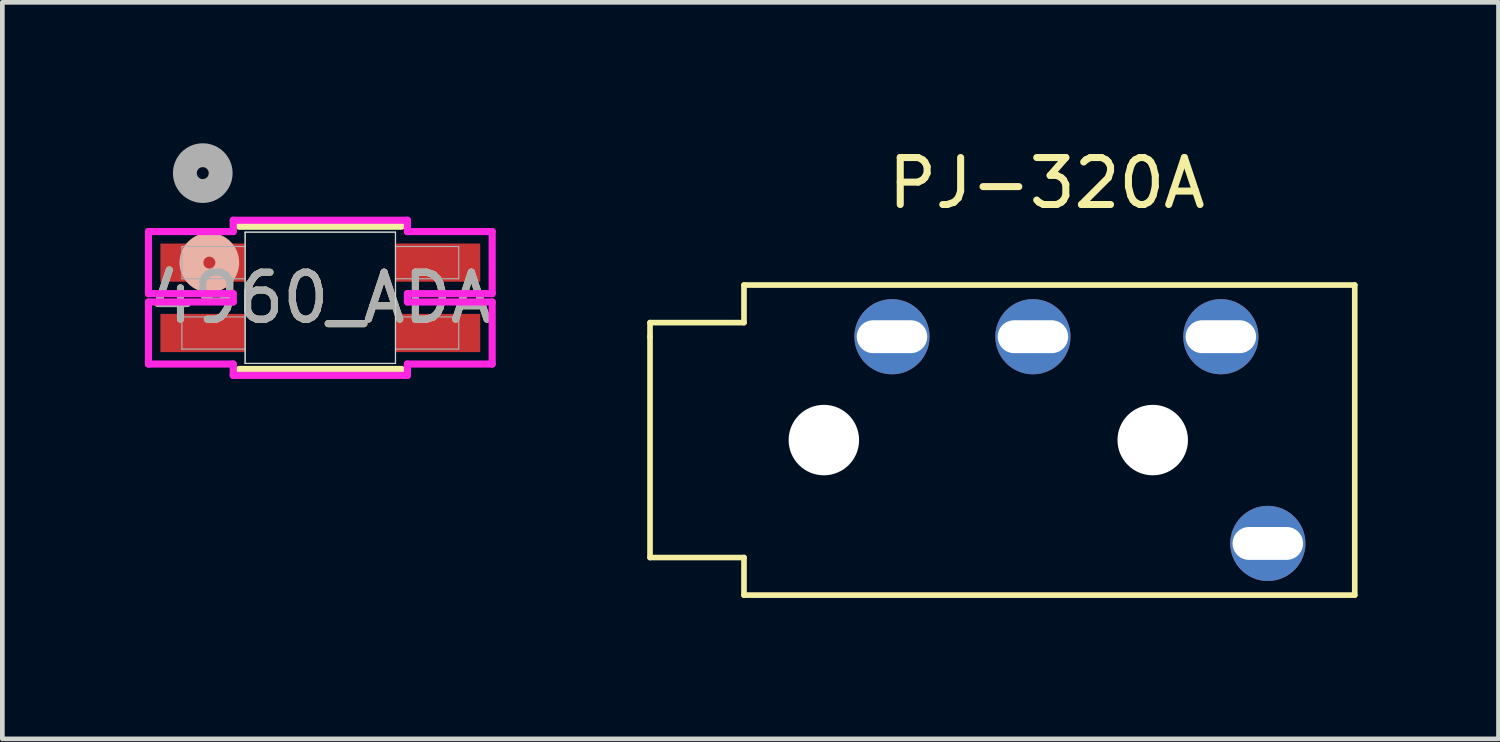
<source format=kicad_pcb>
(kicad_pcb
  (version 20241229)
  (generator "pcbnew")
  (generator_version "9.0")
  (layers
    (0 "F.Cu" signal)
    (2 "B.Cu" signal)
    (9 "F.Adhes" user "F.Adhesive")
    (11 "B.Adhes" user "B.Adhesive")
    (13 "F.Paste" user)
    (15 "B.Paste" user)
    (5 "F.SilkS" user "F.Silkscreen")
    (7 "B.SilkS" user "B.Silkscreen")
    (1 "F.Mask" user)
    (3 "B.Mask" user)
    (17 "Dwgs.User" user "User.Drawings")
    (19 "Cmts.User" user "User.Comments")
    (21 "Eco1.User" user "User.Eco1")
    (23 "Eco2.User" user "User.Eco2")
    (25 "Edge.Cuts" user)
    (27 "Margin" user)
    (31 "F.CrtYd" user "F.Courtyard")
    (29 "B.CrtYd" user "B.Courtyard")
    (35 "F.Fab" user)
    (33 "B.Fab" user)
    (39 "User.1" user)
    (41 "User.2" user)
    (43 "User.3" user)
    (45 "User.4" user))
  (footprint "PJ-320A"
    (layer "F.Cu")
    (at 10.786 4.117)
    (property "Reference" "PJ-320A" (at 8.445 -3.269 0) (layer "F.SilkS") (effects (font (size 1 1) (thickness 0.15))))
    (attr through_hole)
    (fp_line (start 0 -0.3) (end 2 -0.3) (stroke (width 0.12) (type solid)) (layer "F.SilkS"))
    (fp_line (start 0 0) (end 0 -0.3) (stroke (width 0.12) (type solid)) (layer "F.SilkS"))
    (fp_line (start 0 0) (end 0 4.7) (stroke (width 0.12) (type solid)) (layer "F.SilkS"))
    (fp_line (start 0 4.7) (end 2 4.7) (stroke (width 0.12) (type solid)) (layer "F.SilkS"))
    (fp_line (start 2 -1.1) (end 15 -1.1) (stroke (width 0.12) (type solid)) (layer "F.SilkS"))
    (fp_line (start 2 -0.3) (end 2 -1.1) (stroke (width 0.12) (type solid)) (layer "F.SilkS"))
    (fp_line (start 2 4.7) (end 2 5.5) (stroke (width 0.12) (type solid)) (layer "F.SilkS"))
    (fp_line (start 2 5.5) (end 15 5.5) (stroke (width 0.12) (type solid)) (layer "F.SilkS"))
    (fp_line (start 15 -1.1) (end 15 5.5) (stroke (width 0.12) (type solid)) (layer "F.SilkS"))
    (pad "" np_thru_hole circle (at 3.7 2.2) (size 1.5 1.5) (drill 1.5) (layers "*.Cu"))
    (pad "" np_thru_hole circle (at 10.7 2.2) (size 1.5 1.5) (drill 1.5) (layers "*.Cu"))
    (pad "1" thru_hole circle (at 13.15 4.4) (size 1.6 1.6) (drill oval 1.5 0.7) (layers "*.Cu" "*.Mask"))
    (pad "2" thru_hole circle (at 12.15 0) (size 1.6 1.6) (drill oval 1.5 0.7) (layers "*.Cu" "*.Mask"))
    (pad "3" thru_hole circle (at 8.15 0) (size 1.6 1.6) (drill oval 1.5 0.7) (layers "*.Cu" "*.Mask"))
    (pad "4" thru_hole circle (at 5.15 0) (size 1.6 1.6) (drill oval 1.5 0.7) (layers "*.Cu" "*.Mask")))
  (footprint "4960_ADA"
    (layer "F.Cu")
    (at 3.768 3.289)
    (property "Reference" "4960_ADA" (at 0 0 0) (unlocked yes) (layer "F.SilkS") (effects (font (size 1 1) (thickness 0.15))))
    (attr smd)
    (fp_line (start -1.727 -1.524) (end 1.727 -1.524) (stroke (width 0.152) (type solid)) (layer "F.SilkS"))
    (fp_line (start 1.727 1.524) (end -1.727 1.524) (stroke (width 0.152) (type solid)) (layer "F.SilkS"))
    (fp_circle (center -2.362 -0.749) (end -1.981 -0.749) (stroke (width 0.508) (type solid)) (fill no) (layer "B.SilkS"))
    (fp_line (start -1.6 -1.397) (end -1.6 1.397) (stroke (width 0.025) (type solid)) (layer "Edge.Cuts"))
    (fp_line (start -1.6 -1.397) (end 1.6 -1.397) (stroke (width 0.025) (type solid)) (layer "Edge.Cuts"))
    (fp_line (start -1.6 1.397) (end 1.6 1.397) (stroke (width 0.025) (type solid)) (layer "Edge.Cuts"))
    (fp_line (start 1.6 1.397) (end 1.6 -1.397) (stroke (width 0.025) (type solid)) (layer "Edge.Cuts"))
    (fp_line (start -3.658 -1.41) (end -3.658 -0.089) (stroke (width 0.152) (type solid)) (layer "F.CrtYd"))
    (fp_line (start -3.658 -0.089) (end -1.854 -0.089) (stroke (width 0.152) (type solid)) (layer "F.CrtYd"))
    (fp_line (start -3.658 0.089) (end -3.658 1.41) (stroke (width 0.152) (type solid)) (layer "F.CrtYd"))
    (fp_line (start -3.658 1.41) (end -1.854 1.41) (stroke (width 0.152) (type solid)) (layer "F.CrtYd"))
    (fp_line (start -1.854 -1.651) (end -1.854 -1.41) (stroke (width 0.152) (type solid)) (layer "F.CrtYd"))
    (fp_line (start -1.854 -1.41) (end -3.658 -1.41) (stroke (width 0.152) (type solid)) (layer "F.CrtYd"))
    (fp_line (start -1.854 -0.089) (end -1.854 0.089) (stroke (width 0.152) (type solid)) (layer "F.CrtYd"))
    (fp_line (start -1.854 0.089) (end -3.658 0.089) (stroke (width 0.152) (type solid)) (layer "F.CrtYd"))
    (fp_line (start -1.854 1.41) (end -1.854 1.651) (stroke (width 0.152) (type solid)) (layer "F.CrtYd"))
    (fp_line (start -1.854 1.651) (end 1.854 1.651) (stroke (width 0.152) (type solid)) (layer "F.CrtYd"))
    (fp_line (start 1.854 -1.651) (end -1.854 -1.651) (stroke (width 0.152) (type solid)) (layer "F.CrtYd"))
    (fp_line (start 1.854 -1.41) (end 1.854 -1.651) (stroke (width 0.152) (type solid)) (layer "F.CrtYd"))
    (fp_line (start 1.854 -0.089) (end 3.658 -0.089) (stroke (width 0.152) (type solid)) (layer "F.CrtYd"))
    (fp_line (start 1.854 0.089) (end 1.854 -0.089) (stroke (width 0.152) (type solid)) (layer "F.CrtYd"))
    (fp_line (start 1.854 1.41) (end 3.658 1.41) (stroke (width 0.152) (type solid)) (layer "F.CrtYd"))
    (fp_line (start 1.854 1.651) (end 1.854 1.41) (stroke (width 0.152) (type solid)) (layer "F.CrtYd"))
    (fp_line (start 3.658 -1.41) (end 1.854 -1.41) (stroke (width 0.152) (type solid)) (layer "F.CrtYd"))
    (fp_line (start 3.658 -0.089) (end 3.658 -1.41) (stroke (width 0.152) (type solid)) (layer "F.CrtYd"))
    (fp_line (start 3.658 0.089) (end 1.854 0.089) (stroke (width 0.152) (type solid)) (layer "F.CrtYd"))
    (fp_line (start 3.658 1.41) (end 3.658 0.089) (stroke (width 0.152) (type solid)) (layer "F.CrtYd"))
    (fp_line (start -2.946 -1.092) (end -2.946 -0.406) (stroke (width 0.025) (type solid)) (layer "F.Fab"))
    (fp_line (start -2.946 -0.406) (end -1.6 -0.406) (stroke (width 0.025) (type solid)) (layer "F.Fab"))
    (fp_line (start -2.946 0.406) (end -2.946 1.092) (stroke (width 0.025) (type solid)) (layer "F.Fab"))
    (fp_line (start -2.946 1.092) (end -1.6 1.092) (stroke (width 0.025) (type solid)) (layer "F.Fab"))
    (fp_line (start -1.6 -1.397) (end -1.6 1.397) (stroke (width 0.025) (type solid)) (layer "F.Fab"))
    (fp_line (start -1.6 -1.092) (end -2.946 -1.092) (stroke (width 0.025) (type solid)) (layer "F.Fab"))
    (fp_line (start -1.6 0.406) (end -2.946 0.406) (stroke (width 0.025) (type solid)) (layer "F.Fab"))
    (fp_line (start -1.6 1.397) (end 1.6 1.397) (stroke (width 0.025) (type solid)) (layer "F.Fab"))
    (fp_line (start 1.6 -1.397) (end -1.6 -1.397) (stroke (width 0.025) (type solid)) (layer "F.Fab"))
    (fp_line (start 1.6 -0.406) (end 2.946 -0.406) (stroke (width 0.025) (type solid)) (layer "F.Fab"))
    (fp_line (start 1.6 1.092) (end 2.946 1.092) (stroke (width 0.025) (type solid)) (layer "F.Fab"))
    (fp_line (start 1.6 1.397) (end 1.6 -1.397) (stroke (width 0.025) (type solid)) (layer "F.Fab"))
    (fp_line (start 2.946 -1.092) (end 1.6 -1.092) (stroke (width 0.025) (type solid)) (layer "F.Fab"))
    (fp_line (start 2.946 -0.406) (end 2.946 -1.092) (stroke (width 0.025) (type solid)) (layer "F.Fab"))
    (fp_line (start 2.946 0.406) (end 1.6 0.406) (stroke (width 0.025) (type solid)) (layer "F.Fab"))
    (fp_line (start 2.946 1.092) (end 2.946 0.406) (stroke (width 0.025) (type solid)) (layer "F.Fab"))
    (fp_circle (center -2.502 -2.654) (end -2.121 -2.654) (stroke (width 0.508) (type solid)) (fill no) (layer "F.Fab"))
    (fp_text user "${REFERENCE}" (at 0 0 0) (unlocked yes) (layer "F.Fab") (effects (font (size 1 1) (thickness 0.15))))
    (pad "1" smd rect (at -2.502 -0.749) (size 1.803 0.813) (layers "F.Cu" "F.Mask" "F.Paste"))
    (pad "2" smd rect (at -2.502 0.749) (size 1.803 0.813) (layers "F.Cu" "F.Mask" "F.Paste"))
    (pad "3" smd rect (at 2.502 0.749) (size 1.803 0.813) (layers "F.Cu" "F.Mask" "F.Paste"))
    (pad "4" smd rect (at 2.502 -0.749) (size 1.803 0.813) (layers "F.Cu" "F.Mask" "F.Paste")))
  (gr_rect
    (start -3 -3)
    (end 28.846 12.677)
    (stroke (width 0.1) (type default))
    (fill no)
    (layer "Edge.Cuts")))
</source>
